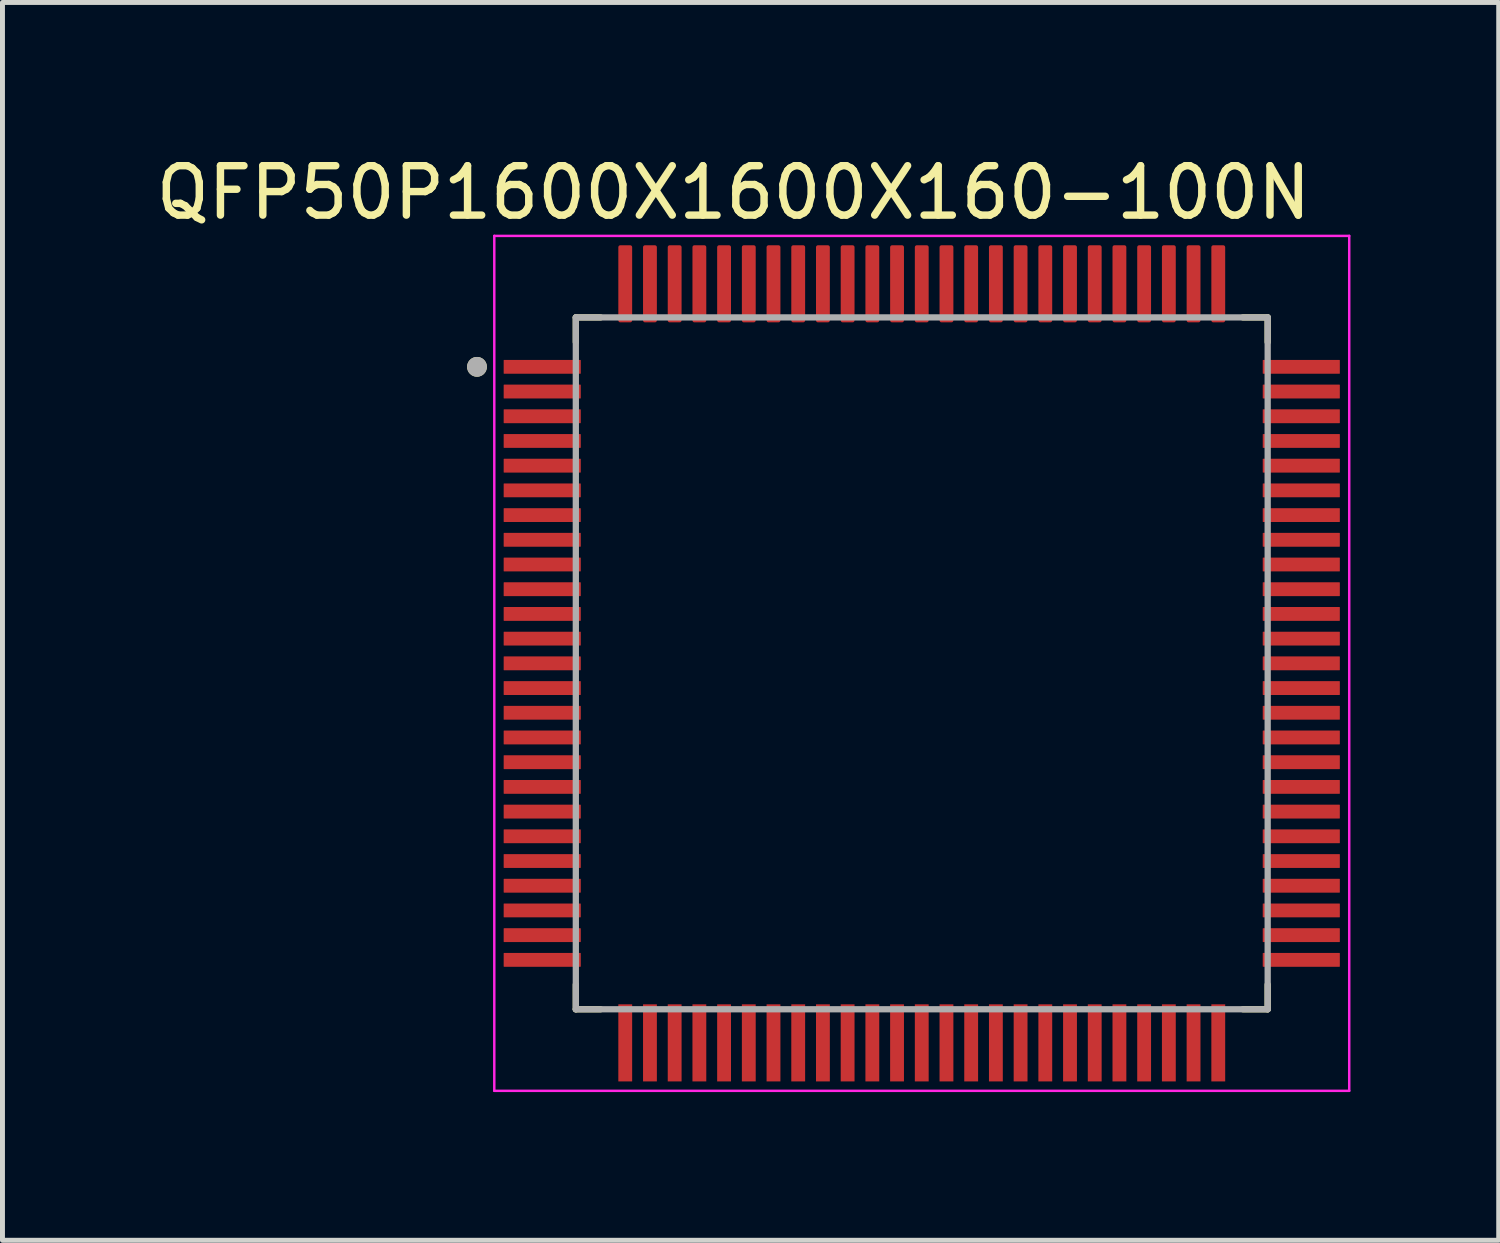
<source format=kicad_pcb>
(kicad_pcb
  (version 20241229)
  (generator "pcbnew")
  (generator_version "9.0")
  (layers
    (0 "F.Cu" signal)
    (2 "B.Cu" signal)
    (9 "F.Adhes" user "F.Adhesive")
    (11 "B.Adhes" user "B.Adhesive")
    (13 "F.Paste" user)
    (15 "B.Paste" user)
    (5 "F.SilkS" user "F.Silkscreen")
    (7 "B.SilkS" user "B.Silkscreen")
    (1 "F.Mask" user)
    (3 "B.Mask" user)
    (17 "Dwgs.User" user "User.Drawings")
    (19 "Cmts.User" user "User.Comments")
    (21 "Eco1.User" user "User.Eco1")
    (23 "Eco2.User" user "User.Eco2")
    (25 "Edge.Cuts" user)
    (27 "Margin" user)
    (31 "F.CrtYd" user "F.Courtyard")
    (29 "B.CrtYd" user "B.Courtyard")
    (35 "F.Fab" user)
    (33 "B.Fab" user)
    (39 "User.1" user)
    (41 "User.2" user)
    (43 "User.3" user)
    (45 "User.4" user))
  (footprint "QFP50P1600X1600X160-100N"
    (layer "F.Cu")
    (at 15.602 10.373)
    (property "Reference" "QFP50P1600X1600X160-100N" (at -3.81 -9.525 0) (layer "F.SilkS") (effects (font (size 1 1) (thickness 0.15))))
    (attr smd)
    (fp_line (start -7 -7) (end -7 -6.5) (stroke (width 0.127) (type solid)) (layer "F.SilkS"))
    (fp_line (start -7 -7) (end -6.5 -7) (stroke (width 0.127) (type solid)) (layer "F.SilkS"))
    (fp_line (start -7 7) (end -7 6.5) (stroke (width 0.127) (type solid)) (layer "F.SilkS"))
    (fp_line (start -7 7) (end -6.5 7) (stroke (width 0.127) (type solid)) (layer "F.SilkS"))
    (fp_line (start 7 -7) (end 6.5 -7) (stroke (width 0.127) (type solid)) (layer "F.SilkS"))
    (fp_line (start 7 -7) (end 7 -6.5) (stroke (width 0.127) (type solid)) (layer "F.SilkS"))
    (fp_line (start 7 7) (end 6.5 7) (stroke (width 0.127) (type solid)) (layer "F.SilkS"))
    (fp_line (start 7 7) (end 7 6.5) (stroke (width 0.127) (type solid)) (layer "F.SilkS"))
    (fp_circle (center -9 -6) (end -8.9 -6) (stroke (width 0.2) (type solid)) (fill no) (layer "F.SilkS"))
    (fp_line (start -8.65 -8.65) (end 8.65 -8.65) (stroke (width 0.05) (type solid)) (layer "F.CrtYd"))
    (fp_line (start -8.65 8.65) (end -8.65 -8.65) (stroke (width 0.05) (type solid)) (layer "F.CrtYd"))
    (fp_line (start 8.65 -8.65) (end 8.65 8.65) (stroke (width 0.05) (type solid)) (layer "F.CrtYd"))
    (fp_line (start 8.65 8.65) (end -8.65 8.65) (stroke (width 0.05) (type solid)) (layer "F.CrtYd"))
    (fp_line (start -7 -7) (end 7 -7) (stroke (width 0.127) (type solid)) (layer "F.Fab"))
    (fp_line (start -7 7) (end -7 -7) (stroke (width 0.127) (type solid)) (layer "F.Fab"))
    (fp_line (start 7 -7) (end 7 7) (stroke (width 0.127) (type solid)) (layer "F.Fab"))
    (fp_line (start 7 7) (end -7 7) (stroke (width 0.127) (type solid)) (layer "F.Fab"))
    (fp_circle (center -9 -6) (end -8.9 -6) (stroke (width 0.2) (type solid)) (fill no) (layer "F.Fab"))
    (pad "1" smd roundrect (at -7.68 -6) (size 1.56 0.28) (layers "F.Cu" "F.Mask" "F.Paste") (roundrect_rratio 0.03))
    (pad "2" smd roundrect (at -7.68 -5.5) (size 1.56 0.28) (layers "F.Cu" "F.Mask" "F.Paste") (roundrect_rratio 0.03))
    (pad "3" smd roundrect (at -7.68 -5) (size 1.56 0.28) (layers "F.Cu" "F.Mask" "F.Paste") (roundrect_rratio 0.03))
    (pad "4" smd roundrect (at -7.68 -4.5) (size 1.56 0.28) (layers "F.Cu" "F.Mask" "F.Paste") (roundrect_rratio 0.03))
    (pad "5" smd roundrect (at -7.68 -4) (size 1.56 0.28) (layers "F.Cu" "F.Mask" "F.Paste") (roundrect_rratio 0.03))
    (pad "6" smd roundrect (at -7.68 -3.5) (size 1.56 0.28) (layers "F.Cu" "F.Mask" "F.Paste") (roundrect_rratio 0.03))
    (pad "7" smd roundrect (at -7.68 -3) (size 1.56 0.28) (layers "F.Cu" "F.Mask" "F.Paste") (roundrect_rratio 0.03))
    (pad "8" smd roundrect (at -7.68 -2.5) (size 1.56 0.28) (layers "F.Cu" "F.Mask" "F.Paste") (roundrect_rratio 0.03))
    (pad "9" smd roundrect (at -7.68 -2) (size 1.56 0.28) (layers "F.Cu" "F.Mask" "F.Paste") (roundrect_rratio 0.03))
    (pad "10" smd roundrect (at -7.68 -1.5) (size 1.56 0.28) (layers "F.Cu" "F.Mask" "F.Paste") (roundrect_rratio 0.03))
    (pad "11" smd roundrect (at -7.68 -1) (size 1.56 0.28) (layers "F.Cu" "F.Mask" "F.Paste") (roundrect_rratio 0.03))
    (pad "12" smd roundrect (at -7.68 -0.5) (size 1.56 0.28) (layers "F.Cu" "F.Mask" "F.Paste") (roundrect_rratio 0.03))
    (pad "13" smd roundrect (at -7.68 0) (size 1.56 0.28) (layers "F.Cu" "F.Mask" "F.Paste") (roundrect_rratio 0.03))
    (pad "14" smd roundrect (at -7.68 0.5) (size 1.56 0.28) (layers "F.Cu" "F.Mask" "F.Paste") (roundrect_rratio 0.03))
    (pad "15" smd roundrect (at -7.68 1) (size 1.56 0.28) (layers "F.Cu" "F.Mask" "F.Paste") (roundrect_rratio 0.03))
    (pad "16" smd roundrect (at -7.68 1.5) (size 1.56 0.28) (layers "F.Cu" "F.Mask" "F.Paste") (roundrect_rratio 0.03))
    (pad "17" smd roundrect (at -7.68 2) (size 1.56 0.28) (layers "F.Cu" "F.Mask" "F.Paste") (roundrect_rratio 0.03))
    (pad "18" smd roundrect (at -7.68 2.5) (size 1.56 0.28) (layers "F.Cu" "F.Mask" "F.Paste") (roundrect_rratio 0.03))
    (pad "19" smd roundrect (at -7.68 3) (size 1.56 0.28) (layers "F.Cu" "F.Mask" "F.Paste") (roundrect_rratio 0.03))
    (pad "20" smd roundrect (at -7.68 3.5) (size 1.56 0.28) (layers "F.Cu" "F.Mask" "F.Paste") (roundrect_rratio 0.03))
    (pad "21" smd roundrect (at -7.68 4) (size 1.56 0.28) (layers "F.Cu" "F.Mask" "F.Paste") (roundrect_rratio 0.03))
    (pad "22" smd roundrect (at -7.68 4.5) (size 1.56 0.28) (layers "F.Cu" "F.Mask" "F.Paste") (roundrect_rratio 0.03))
    (pad "23" smd roundrect (at -7.68 5) (size 1.56 0.28) (layers "F.Cu" "F.Mask" "F.Paste") (roundrect_rratio 0.03))
    (pad "24" smd roundrect (at -7.68 5.5) (size 1.56 0.28) (layers "F.Cu" "F.Mask" "F.Paste") (roundrect_rratio 0.03))
    (pad "25" smd roundrect (at -7.68 6) (size 1.56 0.28) (layers "F.Cu" "F.Mask" "F.Paste") (roundrect_rratio 0.03))
    (pad "26" smd rect (at -6 7.68) (size 0.28 1.56) (layers "F.Cu" "F.Mask" "F.Paste"))
    (pad "27" smd rect (at -5.5 7.68) (size 0.28 1.56) (layers "F.Cu" "F.Mask" "F.Paste"))
    (pad "28" smd rect (at -5 7.68) (size 0.28 1.56) (layers "F.Cu" "F.Mask" "F.Paste"))
    (pad "29" smd rect (at -4.5 7.68) (size 0.28 1.56) (layers "F.Cu" "F.Mask" "F.Paste"))
    (pad "30" smd rect (at -4 7.68) (size 0.28 1.56) (layers "F.Cu" "F.Mask" "F.Paste"))
    (pad "31" smd rect (at -3.5 7.68) (size 0.28 1.56) (layers "F.Cu" "F.Mask" "F.Paste"))
    (pad "32" smd rect (at -3 7.68) (size 0.28 1.56) (layers "F.Cu" "F.Mask" "F.Paste"))
    (pad "33" smd rect (at -2.5 7.68) (size 0.28 1.56) (layers "F.Cu" "F.Mask" "F.Paste"))
    (pad "34" smd rect (at -2 7.68) (size 0.28 1.56) (layers "F.Cu" "F.Mask" "F.Paste"))
    (pad "35" smd rect (at -1.5 7.68) (size 0.28 1.56) (layers "F.Cu" "F.Mask" "F.Paste"))
    (pad "36" smd rect (at -1 7.68) (size 0.28 1.56) (layers "F.Cu" "F.Mask" "F.Paste"))
    (pad "37" smd rect (at -0.5 7.68) (size 0.28 1.56) (layers "F.Cu" "F.Mask" "F.Paste"))
    (pad "38" smd rect (at 0 7.68) (size 0.28 1.56) (layers "F.Cu" "F.Mask" "F.Paste"))
    (pad "39" smd rect (at 0.5 7.68) (size 0.28 1.56) (layers "F.Cu" "F.Mask" "F.Paste"))
    (pad "40" smd rect (at 1 7.68) (size 0.28 1.56) (layers "F.Cu" "F.Mask" "F.Paste"))
    (pad "41" smd rect (at 1.5 7.68) (size 0.28 1.56) (layers "F.Cu" "F.Mask" "F.Paste"))
    (pad "42" smd rect (at 2 7.68) (size 0.28 1.56) (layers "F.Cu" "F.Mask" "F.Paste"))
    (pad "43" smd rect (at 2.5 7.68) (size 0.28 1.56) (layers "F.Cu" "F.Mask" "F.Paste"))
    (pad "44" smd rect (at 3 7.68) (size 0.28 1.56) (layers "F.Cu" "F.Mask" "F.Paste"))
    (pad "45" smd rect (at 3.5 7.68) (size 0.28 1.56) (layers "F.Cu" "F.Mask" "F.Paste"))
    (pad "46" smd rect (at 4 7.68) (size 0.28 1.56) (layers "F.Cu" "F.Mask" "F.Paste"))
    (pad "47" smd rect (at 4.5 7.68) (size 0.28 1.56) (layers "F.Cu" "F.Mask" "F.Paste"))
    (pad "48" smd rect (at 5 7.68) (size 0.28 1.56) (layers "F.Cu" "F.Mask" "F.Paste"))
    (pad "49" smd rect (at 5.5 7.68) (size 0.28 1.56) (layers "F.Cu" "F.Mask" "F.Paste"))
    (pad "50" smd rect (at 6 7.68) (size 0.28 1.56) (layers "F.Cu" "F.Mask" "F.Paste"))
    (pad "51" smd roundrect (at 7.68 6) (size 1.56 0.28) (layers "F.Cu" "F.Mask" "F.Paste") (roundrect_rratio 0.03))
    (pad "52" smd roundrect (at 7.68 5.5) (size 1.56 0.28) (layers "F.Cu" "F.Mask" "F.Paste") (roundrect_rratio 0.03))
    (pad "53" smd roundrect (at 7.68 5) (size 1.56 0.28) (layers "F.Cu" "F.Mask" "F.Paste") (roundrect_rratio 0.03))
    (pad "54" smd roundrect (at 7.68 4.5) (size 1.56 0.28) (layers "F.Cu" "F.Mask" "F.Paste") (roundrect_rratio 0.03))
    (pad "55" smd roundrect (at 7.68 4) (size 1.56 0.28) (layers "F.Cu" "F.Mask" "F.Paste") (roundrect_rratio 0.03))
    (pad "56" smd roundrect (at 7.68 3.5) (size 1.56 0.28) (layers "F.Cu" "F.Mask" "F.Paste") (roundrect_rratio 0.03))
    (pad "57" smd roundrect (at 7.68 3) (size 1.56 0.28) (layers "F.Cu" "F.Mask" "F.Paste") (roundrect_rratio 0.03))
    (pad "58" smd roundrect (at 7.68 2.5) (size 1.56 0.28) (layers "F.Cu" "F.Mask" "F.Paste") (roundrect_rratio 0.03))
    (pad "59" smd roundrect (at 7.68 2) (size 1.56 0.28) (layers "F.Cu" "F.Mask" "F.Paste") (roundrect_rratio 0.03))
    (pad "60" smd roundrect (at 7.68 1.5) (size 1.56 0.28) (layers "F.Cu" "F.Mask" "F.Paste") (roundrect_rratio 0.03))
    (pad "61" smd roundrect (at 7.68 1) (size 1.56 0.28) (layers "F.Cu" "F.Mask" "F.Paste") (roundrect_rratio 0.03))
    (pad "62" smd roundrect (at 7.68 0.5) (size 1.56 0.28) (layers "F.Cu" "F.Mask" "F.Paste") (roundrect_rratio 0.03))
    (pad "63" smd roundrect (at 7.68 0) (size 1.56 0.28) (layers "F.Cu" "F.Mask" "F.Paste") (roundrect_rratio 0.03))
    (pad "64" smd roundrect (at 7.68 -0.5) (size 1.56 0.28) (layers "F.Cu" "F.Mask" "F.Paste") (roundrect_rratio 0.03))
    (pad "65" smd roundrect (at 7.68 -1) (size 1.56 0.28) (layers "F.Cu" "F.Mask" "F.Paste") (roundrect_rratio 0.03))
    (pad "66" smd roundrect (at 7.68 -1.5) (size 1.56 0.28) (layers "F.Cu" "F.Mask" "F.Paste") (roundrect_rratio 0.03))
    (pad "67" smd roundrect (at 7.68 -2) (size 1.56 0.28) (layers "F.Cu" "F.Mask" "F.Paste") (roundrect_rratio 0.03))
    (pad "68" smd roundrect (at 7.68 -2.5) (size 1.56 0.28) (layers "F.Cu" "F.Mask" "F.Paste") (roundrect_rratio 0.03))
    (pad "69" smd roundrect (at 7.68 -3) (size 1.56 0.28) (layers "F.Cu" "F.Mask" "F.Paste") (roundrect_rratio 0.03))
    (pad "70" smd roundrect (at 7.68 -3.5) (size 1.56 0.28) (layers "F.Cu" "F.Mask" "F.Paste") (roundrect_rratio 0.03))
    (pad "71" smd roundrect (at 7.68 -4) (size 1.56 0.28) (layers "F.Cu" "F.Mask" "F.Paste") (roundrect_rratio 0.03))
    (pad "72" smd roundrect (at 7.68 -4.5) (size 1.56 0.28) (layers "F.Cu" "F.Mask" "F.Paste") (roundrect_rratio 0.03))
    (pad "73" smd roundrect (at 7.68 -5) (size 1.56 0.28) (layers "F.Cu" "F.Mask" "F.Paste") (roundrect_rratio 0.03))
    (pad "74" smd roundrect (at 7.68 -5.5) (size 1.56 0.28) (layers "F.Cu" "F.Mask" "F.Paste") (roundrect_rratio 0.03))
    (pad "75" smd roundrect (at 7.68 -6) (size 1.56 0.28) (layers "F.Cu" "F.Mask" "F.Paste") (roundrect_rratio 0.03))
    (pad "76" smd roundrect (at 6 -7.68) (size 0.28 1.56) (layers "F.Cu" "F.Mask" "F.Paste") (roundrect_rratio 0.14))
    (pad "77" smd roundrect (at 5.5 -7.68) (size 0.28 1.56) (layers "F.Cu" "F.Mask" "F.Paste") (roundrect_rratio 0.14))
    (pad "78" smd roundrect (at 5 -7.68) (size 0.28 1.56) (layers "F.Cu" "F.Mask" "F.Paste") (roundrect_rratio 0.14))
    (pad "79" smd roundrect (at 4.5 -7.68) (size 0.28 1.56) (layers "F.Cu" "F.Mask" "F.Paste") (roundrect_rratio 0.14))
    (pad "80" smd roundrect (at 4 -7.68) (size 0.28 1.56) (layers "F.Cu" "F.Mask" "F.Paste") (roundrect_rratio 0.14))
    (pad "81" smd roundrect (at 3.5 -7.68) (size 0.28 1.56) (layers "F.Cu" "F.Mask" "F.Paste") (roundrect_rratio 0.14))
    (pad "82" smd roundrect (at 3 -7.68) (size 0.28 1.56) (layers "F.Cu" "F.Mask" "F.Paste") (roundrect_rratio 0.14))
    (pad "83" smd roundrect (at 2.5 -7.68) (size 0.28 1.56) (layers "F.Cu" "F.Mask" "F.Paste") (roundrect_rratio 0.14))
    (pad "84" smd roundrect (at 2 -7.68) (size 0.28 1.56) (layers "F.Cu" "F.Mask" "F.Paste") (roundrect_rratio 0.14))
    (pad "85" smd roundrect (at 1.5 -7.68) (size 0.28 1.56) (layers "F.Cu" "F.Mask" "F.Paste") (roundrect_rratio 0.14))
    (pad "86" smd roundrect (at 1 -7.68) (size 0.28 1.56) (layers "F.Cu" "F.Mask" "F.Paste") (roundrect_rratio 0.14))
    (pad "87" smd roundrect (at 0.5 -7.68) (size 0.28 1.56) (layers "F.Cu" "F.Mask" "F.Paste") (roundrect_rratio 0.14))
    (pad "88" smd roundrect (at 0 -7.68) (size 0.28 1.56) (layers "F.Cu" "F.Mask" "F.Paste") (roundrect_rratio 0.14))
    (pad "89" smd roundrect (at -0.5 -7.68) (size 0.28 1.56) (layers "F.Cu" "F.Mask" "F.Paste") (roundrect_rratio 0.14))
    (pad "90" smd roundrect (at -1 -7.68) (size 0.28 1.56) (layers "F.Cu" "F.Mask" "F.Paste") (roundrect_rratio 0.14))
    (pad "91" smd roundrect (at -1.5 -7.68) (size 0.28 1.56) (layers "F.Cu" "F.Mask" "F.Paste") (roundrect_rratio 0.14))
    (pad "92" smd roundrect (at -2 -7.68) (size 0.28 1.56) (layers "F.Cu" "F.Mask" "F.Paste") (roundrect_rratio 0.14))
    (pad "93" smd roundrect (at -2.5 -7.68) (size 0.28 1.56) (layers "F.Cu" "F.Mask" "F.Paste") (roundrect_rratio 0.14))
    (pad "94" smd roundrect (at -3 -7.68) (size 0.28 1.56) (layers "F.Cu" "F.Mask" "F.Paste") (roundrect_rratio 0.14))
    (pad "95" smd roundrect (at -3.5 -7.68) (size 0.28 1.56) (layers "F.Cu" "F.Mask" "F.Paste") (roundrect_rratio 0.14))
    (pad "96" smd roundrect (at -4 -7.68) (size 0.28 1.56) (layers "F.Cu" "F.Mask" "F.Paste") (roundrect_rratio 0.14))
    (pad "97" smd roundrect (at -4.5 -7.68) (size 0.28 1.56) (layers "F.Cu" "F.Mask" "F.Paste") (roundrect_rratio 0.14))
    (pad "98" smd roundrect (at -5 -7.68) (size 0.28 1.56) (layers "F.Cu" "F.Mask" "F.Paste") (roundrect_rratio 0.14))
    (pad "99" smd roundrect (at -5.5 -7.68) (size 0.28 1.56) (layers "F.Cu" "F.Mask" "F.Paste") (roundrect_rratio 0.14))
    (pad "100" smd roundrect (at -6 -7.68) (size 0.28 1.56) (layers "F.Cu" "F.Mask" "F.Paste") (roundrect_rratio 0.14)))
  (gr_rect
    (start -3 -3)
    (end 27.277 22.048)
    (stroke (width 0.1) (type default))
    (fill no)
    (layer "Edge.Cuts")))
</source>
